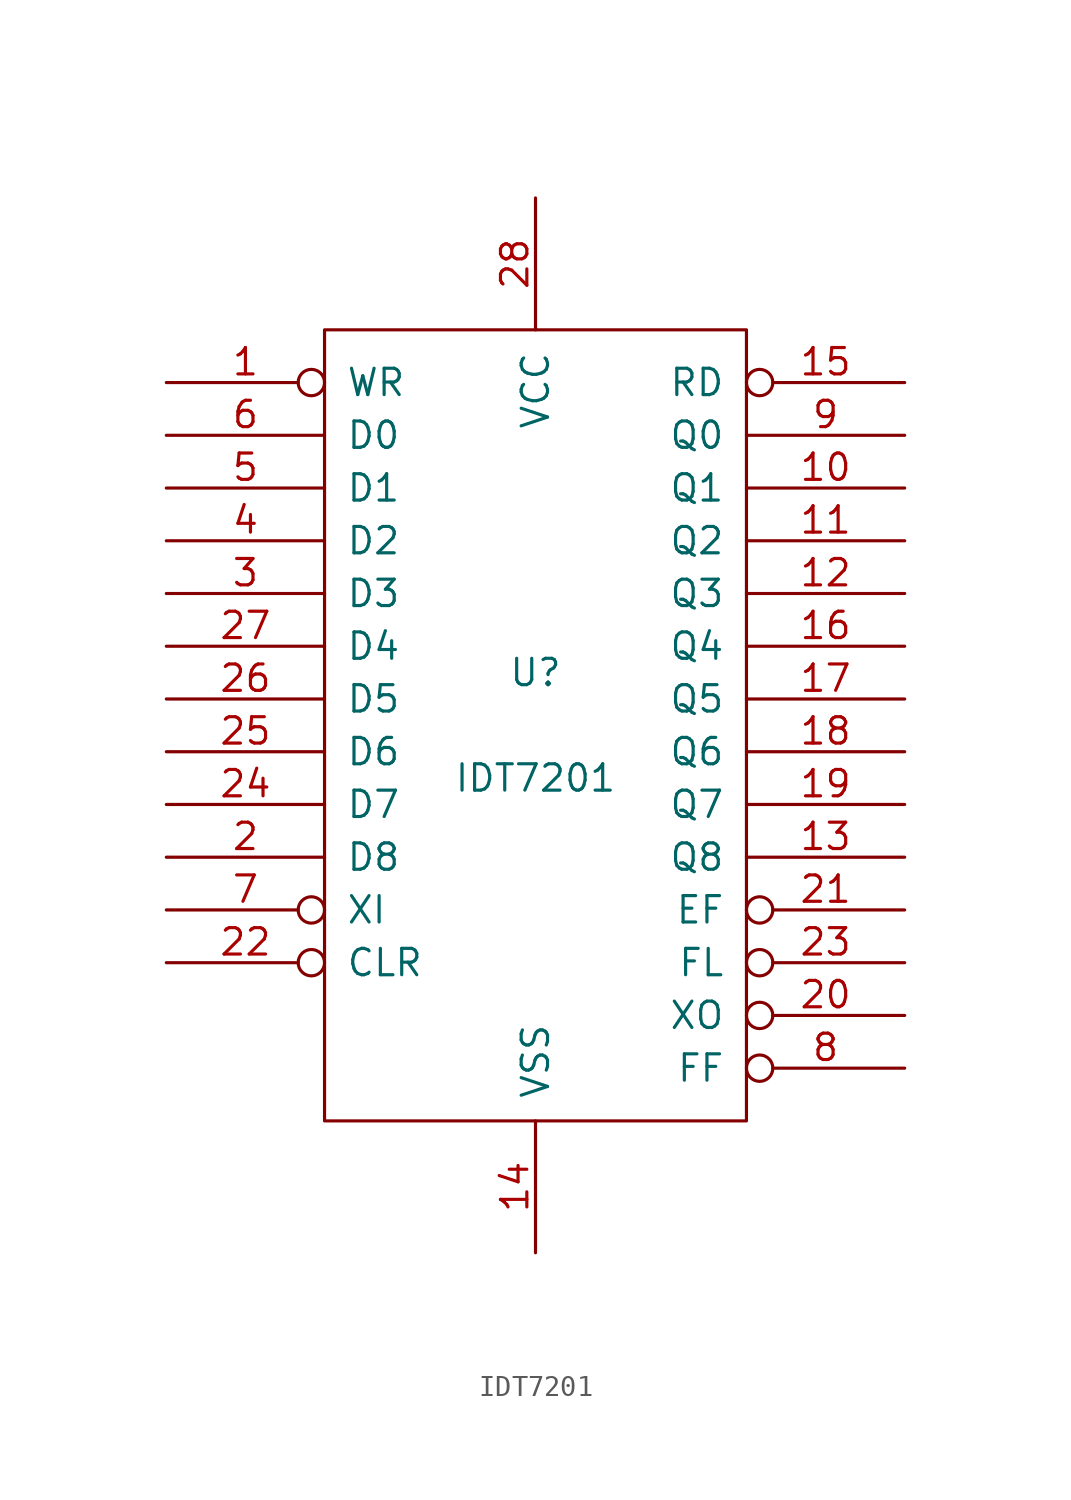
<source format=kicad_sym>
(kicad_symbol_lib
  (version 20231120)
  (generator "kicad_symbol_editor")
  (generator_version "8.0")
  (symbol "IDT7201"
    (pin_names
      (offset 1.016))
    (property "Reference" "U"
      (at 0 2.54 0)
      (effects (font (size 1.27 1.27))))
    (property "Value" "IDT7201"
      (at 0 -2.54 0)
      (effects (font (size 1.27 1.27))))
    (property "Footprint" ""
      (at 0 0 0)
      (effects (font (size 1.27 1.27))))
    (property "Datasheet" ""
      (at 0 0 0)
      (effects (font (size 1.27 1.27))))
    (symbol "IDT7201_0_1"
      (rectangle (start -10.16 -19.05) (end 10.16 19.05) (stroke (width 0) (type solid)) (fill (type none))))
    (symbol "IDT7201_1_1"
      (pin input inverted (at -17.78 16.51 0) (length 7.62) (name "WR" (effects (font (size 1.27 1.27)))) (number "1" (effects (font (size 1.27 1.27)))))
      (pin tri_state line (at 17.78 11.43 180) (length 7.62) (name "Q1" (effects (font (size 1.27 1.27)))) (number "10" (effects (font (size 1.27 1.27)))))
      (pin tri_state line (at 17.78 8.89 180) (length 7.62) (name "Q2" (effects (font (size 1.27 1.27)))) (number "11" (effects (font (size 1.27 1.27)))))
      (pin tri_state line (at 17.78 6.35 180) (length 7.62) (name "Q3" (effects (font (size 1.27 1.27)))) (number "12" (effects (font (size 1.27 1.27)))))
      (pin tri_state line (at 17.78 -6.35 180) (length 7.62) (name "Q8" (effects (font (size 1.27 1.27)))) (number "13" (effects (font (size 1.27 1.27)))))
      (pin input line (at 0 -25.4 90) (length 6.35) (name "VSS" (effects (font (size 1.27 1.27)))) (number "14" (effects (font (size 1.27 1.27)))))
      (pin input inverted (at 17.78 16.51 180) (length 7.62) (name "RD" (effects (font (size 1.27 1.27)))) (number "15" (effects (font (size 1.27 1.27)))))
      (pin tri_state line (at 17.78 3.81 180) (length 7.62) (name "Q4" (effects (font (size 1.27 1.27)))) (number "16" (effects (font (size 1.27 1.27)))))
      (pin tri_state line (at 17.78 1.27 180) (length 7.62) (name "Q5" (effects (font (size 1.27 1.27)))) (number "17" (effects (font (size 1.27 1.27)))))
      (pin tri_state line (at 17.78 -1.27 180) (length 7.62) (name "Q6" (effects (font (size 1.27 1.27)))) (number "18" (effects (font (size 1.27 1.27)))))
      (pin tri_state line (at 17.78 -3.81 180) (length 7.62) (name "Q7" (effects (font (size 1.27 1.27)))) (number "19" (effects (font (size 1.27 1.27)))))
      (pin input line (at -17.78 -6.35 0) (length 7.62) (name "D8" (effects (font (size 1.27 1.27)))) (number "2" (effects (font (size 1.27 1.27)))))
      (pin input inverted (at 17.78 -13.97 180) (length 7.62) (name "XO" (effects (font (size 1.27 1.27)))) (number "20" (effects (font (size 1.27 1.27)))))
      (pin output inverted (at 17.78 -8.89 180) (length 7.62) (name "EF" (effects (font (size 1.27 1.27)))) (number "21" (effects (font (size 1.27 1.27)))))
      (pin input inverted (at -17.78 -11.43 0) (length 7.62) (name "CLR" (effects (font (size 1.27 1.27)))) (number "22" (effects (font (size 1.27 1.27)))))
      (pin input inverted (at 17.78 -11.43 180) (length 7.62) (name "FL" (effects (font (size 1.27 1.27)))) (number "23" (effects (font (size 1.27 1.27)))))
      (pin input line (at -17.78 -3.81 0) (length 7.62) (name "D7" (effects (font (size 1.27 1.27)))) (number "24" (effects (font (size 1.27 1.27)))))
      (pin input line (at -17.78 -1.27 0) (length 7.62) (name "D6" (effects (font (size 1.27 1.27)))) (number "25" (effects (font (size 1.27 1.27)))))
      (pin input line (at -17.78 1.27 0) (length 7.62) (name "D5" (effects (font (size 1.27 1.27)))) (number "26" (effects (font (size 1.27 1.27)))))
      (pin input line (at -17.78 3.81 0) (length 7.62) (name "D4" (effects (font (size 1.27 1.27)))) (number "27" (effects (font (size 1.27 1.27)))))
      (pin input line (at 0 25.4 270) (length 6.35) (name "VCC" (effects (font (size 1.27 1.27)))) (number "28" (effects (font (size 1.27 1.27)))))
      (pin input line (at -17.78 6.35 0) (length 7.62) (name "D3" (effects (font (size 1.27 1.27)))) (number "3" (effects (font (size 1.27 1.27)))))
      (pin input line (at -17.78 8.89 0) (length 7.62) (name "D2" (effects (font (size 1.27 1.27)))) (number "4" (effects (font (size 1.27 1.27)))))
      (pin input line (at -17.78 11.43 0) (length 7.62) (name "D1" (effects (font (size 1.27 1.27)))) (number "5" (effects (font (size 1.27 1.27)))))
      (pin input line (at -17.78 13.97 0) (length 7.62) (name "D0" (effects (font (size 1.27 1.27)))) (number "6" (effects (font (size 1.27 1.27)))))
      (pin input inverted (at -17.78 -8.89 0) (length 7.62) (name "XI" (effects (font (size 1.27 1.27)))) (number "7" (effects (font (size 1.27 1.27)))))
      (pin output inverted (at 17.78 -16.51 180) (length 7.62) (name "FF" (effects (font (size 1.27 1.27)))) (number "8" (effects (font (size 1.27 1.27)))))
      (pin tri_state line (at 17.78 13.97 180) (length 7.62) (name "Q0" (effects (font (size 1.27 1.27)))) (number "9" (effects (font (size 1.27 1.27))))))))
</source>
